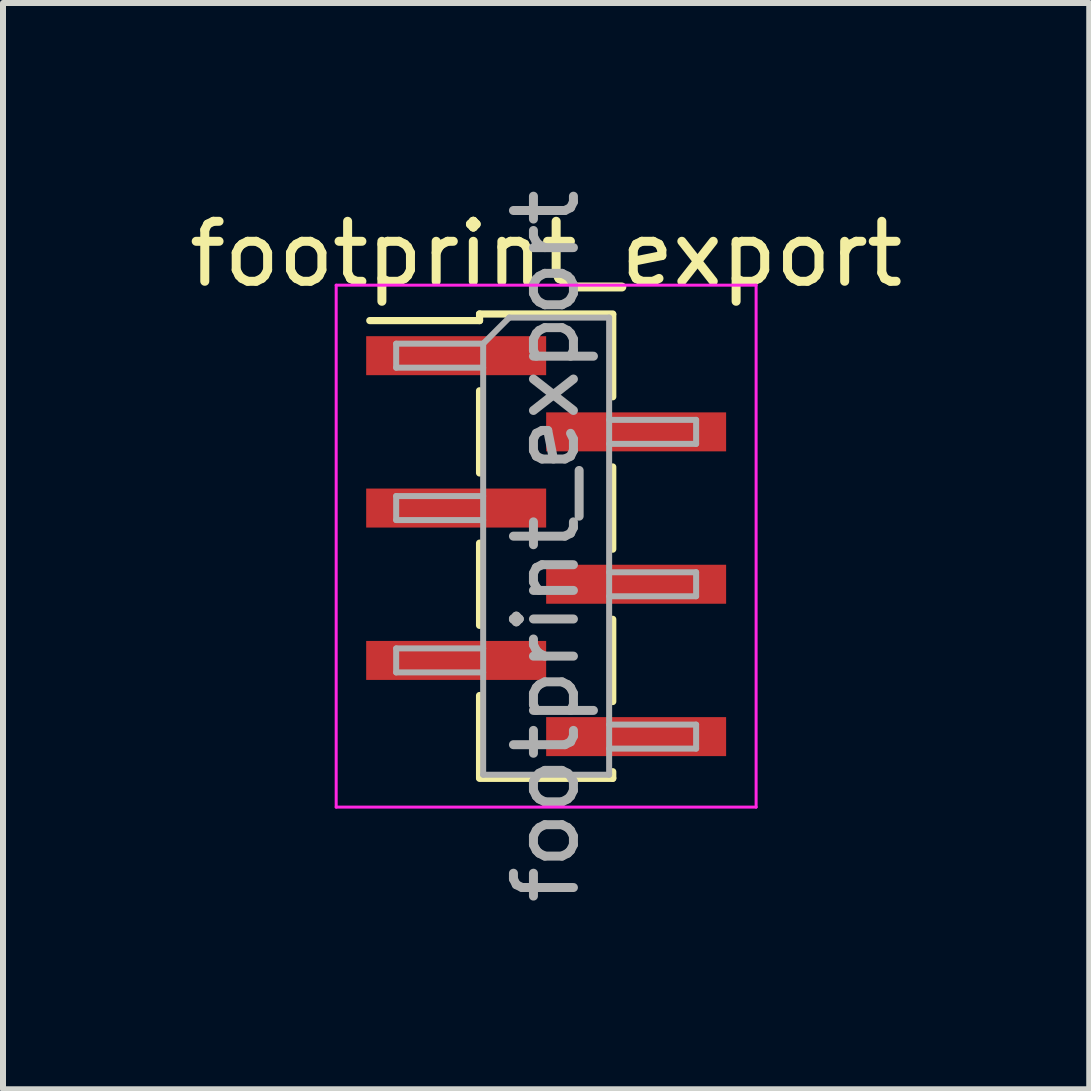
<source format=kicad_pcb>
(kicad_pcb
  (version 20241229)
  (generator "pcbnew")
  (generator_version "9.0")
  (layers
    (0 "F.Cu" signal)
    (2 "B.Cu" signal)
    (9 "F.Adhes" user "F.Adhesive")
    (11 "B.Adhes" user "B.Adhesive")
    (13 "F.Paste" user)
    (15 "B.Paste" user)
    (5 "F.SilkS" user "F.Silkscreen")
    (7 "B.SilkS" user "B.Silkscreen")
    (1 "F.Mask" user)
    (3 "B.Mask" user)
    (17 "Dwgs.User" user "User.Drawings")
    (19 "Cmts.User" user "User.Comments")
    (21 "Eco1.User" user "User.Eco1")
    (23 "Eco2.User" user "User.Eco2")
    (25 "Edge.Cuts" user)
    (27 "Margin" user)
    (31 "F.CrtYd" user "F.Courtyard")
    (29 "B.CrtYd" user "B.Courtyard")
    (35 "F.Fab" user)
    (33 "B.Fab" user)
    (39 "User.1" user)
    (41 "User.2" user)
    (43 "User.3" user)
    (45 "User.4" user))
  (footprint "footprint_export"
    (layer "F.Cu")
    (at 6.054 6.054)
    (property "Reference" "footprint_export" (at 0 -4.87 0) (layer "F.SilkS") (effects (font (size 1 1) (thickness 0.15))))
    (attr smd)
    (fp_line (start -1.11 -3.87) (end -1.11 -3.76) (stroke (width 0.12) (type solid)) (layer "F.SilkS"))
    (fp_line (start -1.11 -3.87) (end 1.11 -3.87) (stroke (width 0.12) (type solid)) (layer "F.SilkS"))
    (fp_line (start -1.11 -3.76) (end -2.94 -3.76) (stroke (width 0.12) (type solid)) (layer "F.SilkS"))
    (fp_line (start -1.11 -2.59) (end -1.11 -1.22) (stroke (width 0.12) (type solid)) (layer "F.SilkS"))
    (fp_line (start -1.11 -0.05) (end -1.11 1.32) (stroke (width 0.12) (type solid)) (layer "F.SilkS"))
    (fp_line (start -1.11 2.49) (end -1.11 3.86) (stroke (width 0.12) (type solid)) (layer "F.SilkS"))
    (fp_line (start -1.11 3.87) (end 1.11 3.87) (stroke (width 0.12) (type solid)) (layer "F.SilkS"))
    (fp_line (start 1.11 -3.86) (end 1.11 -2.49) (stroke (width 0.12) (type solid)) (layer "F.SilkS"))
    (fp_line (start 1.11 -1.32) (end 1.11 0.05) (stroke (width 0.12) (type solid)) (layer "F.SilkS"))
    (fp_line (start 1.11 1.22) (end 1.11 2.59) (stroke (width 0.12) (type solid)) (layer "F.SilkS"))
    (fp_line (start 1.11 3.76) (end 1.11 3.87) (stroke (width 0.12) (type solid)) (layer "F.SilkS"))
    (fp_line (start -3.5 -4.35) (end -3.5 4.35) (stroke (width 0.05) (type solid)) (layer "F.CrtYd"))
    (fp_line (start -3.5 4.35) (end 3.5 4.35) (stroke (width 0.05) (type solid)) (layer "F.CrtYd"))
    (fp_line (start 3.5 -4.35) (end -3.5 -4.35) (stroke (width 0.05) (type solid)) (layer "F.CrtYd"))
    (fp_line (start 3.5 4.35) (end 3.5 -4.35) (stroke (width 0.05) (type solid)) (layer "F.CrtYd"))
    (fp_line (start -2.5 -3.375) (end -2.5 -2.975) (stroke (width 0.1) (type solid)) (layer "F.Fab"))
    (fp_line (start -2.5 -2.975) (end -1.05 -2.975) (stroke (width 0.1) (type solid)) (layer "F.Fab"))
    (fp_line (start -2.5 -0.835) (end -2.5 -0.435) (stroke (width 0.1) (type solid)) (layer "F.Fab"))
    (fp_line (start -2.5 -0.435) (end -1.05 -0.435) (stroke (width 0.1) (type solid)) (layer "F.Fab"))
    (fp_line (start -2.5 1.705) (end -2.5 2.105) (stroke (width 0.1) (type solid)) (layer "F.Fab"))
    (fp_line (start -2.5 2.105) (end -1.05 2.105) (stroke (width 0.1) (type solid)) (layer "F.Fab"))
    (fp_line (start -1.05 -3.375) (end -2.5 -3.375) (stroke (width 0.1) (type solid)) (layer "F.Fab"))
    (fp_line (start -1.05 -3.375) (end -0.615 -3.81) (stroke (width 0.1) (type solid)) (layer "F.Fab"))
    (fp_line (start -1.05 -0.835) (end -2.5 -0.835) (stroke (width 0.1) (type solid)) (layer "F.Fab"))
    (fp_line (start -1.05 1.705) (end -2.5 1.705) (stroke (width 0.1) (type solid)) (layer "F.Fab"))
    (fp_line (start -1.05 3.81) (end -1.05 -3.375) (stroke (width 0.1) (type solid)) (layer "F.Fab"))
    (fp_line (start -0.615 -3.81) (end 1.05 -3.81) (stroke (width 0.1) (type solid)) (layer "F.Fab"))
    (fp_line (start 1.05 -3.81) (end 1.05 3.81) (stroke (width 0.1) (type solid)) (layer "F.Fab"))
    (fp_line (start 1.05 -2.105) (end 2.5 -2.105) (stroke (width 0.1) (type solid)) (layer "F.Fab"))
    (fp_line (start 1.05 0.435) (end 2.5 0.435) (stroke (width 0.1) (type solid)) (layer "F.Fab"))
    (fp_line (start 1.05 2.975) (end 2.5 2.975) (stroke (width 0.1) (type solid)) (layer "F.Fab"))
    (fp_line (start 1.05 3.81) (end -1.05 3.81) (stroke (width 0.1) (type solid)) (layer "F.Fab"))
    (fp_line (start 2.5 -2.105) (end 2.5 -1.705) (stroke (width 0.1) (type solid)) (layer "F.Fab"))
    (fp_line (start 2.5 -1.705) (end 1.05 -1.705) (stroke (width 0.1) (type solid)) (layer "F.Fab"))
    (fp_line (start 2.5 0.435) (end 2.5 0.835) (stroke (width 0.1) (type solid)) (layer "F.Fab"))
    (fp_line (start 2.5 0.835) (end 1.05 0.835) (stroke (width 0.1) (type solid)) (layer "F.Fab"))
    (fp_line (start 2.5 2.975) (end 2.5 3.375) (stroke (width 0.1) (type solid)) (layer "F.Fab"))
    (fp_line (start 2.5 3.375) (end 1.05 3.375) (stroke (width 0.1) (type solid)) (layer "F.Fab"))
    (fp_text user "${REFERENCE}" (at 0 0 90) (layer "F.Fab") (effects (font (size 1 1) (thickness 0.15))))
    (pad "1" smd rect (at -1.5 -3.175) (size 3 0.65) (layers "F.Cu" "F.Mask" "F.Paste"))
    (pad "2" smd rect (at 1.5 -1.905) (size 3 0.65) (layers "F.Cu" "F.Mask" "F.Paste"))
    (pad "3" smd rect (at -1.5 -0.635) (size 3 0.65) (layers "F.Cu" "F.Mask" "F.Paste"))
    (pad "4" smd rect (at 1.5 0.635) (size 3 0.65) (layers "F.Cu" "F.Mask" "F.Paste"))
    (pad "5" smd rect (at -1.5 1.905) (size 3 0.65) (layers "F.Cu" "F.Mask" "F.Paste"))
    (pad "6" smd rect (at 1.5 3.175) (size 3 0.65) (layers "F.Cu" "F.Mask" "F.Paste")))
  (gr_rect
    (start -3 -3)
    (end 15.107 15.107)
    (stroke (width 0.1) (type default))
    (fill no)
    (layer "Edge.Cuts")))
</source>
